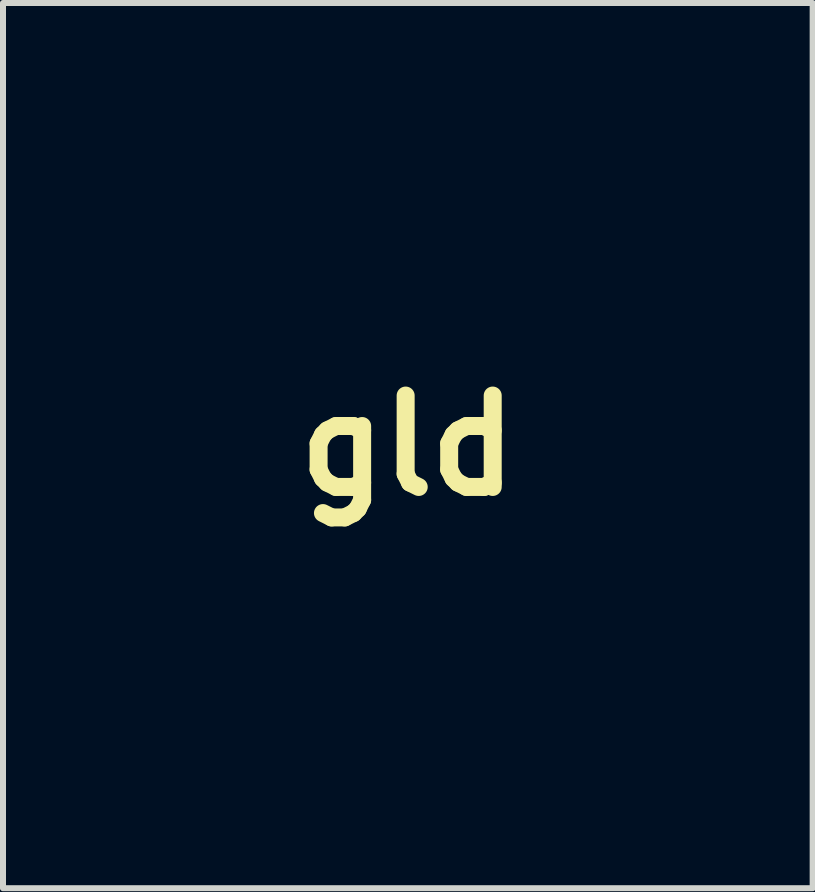
<source format=kicad_pcb>
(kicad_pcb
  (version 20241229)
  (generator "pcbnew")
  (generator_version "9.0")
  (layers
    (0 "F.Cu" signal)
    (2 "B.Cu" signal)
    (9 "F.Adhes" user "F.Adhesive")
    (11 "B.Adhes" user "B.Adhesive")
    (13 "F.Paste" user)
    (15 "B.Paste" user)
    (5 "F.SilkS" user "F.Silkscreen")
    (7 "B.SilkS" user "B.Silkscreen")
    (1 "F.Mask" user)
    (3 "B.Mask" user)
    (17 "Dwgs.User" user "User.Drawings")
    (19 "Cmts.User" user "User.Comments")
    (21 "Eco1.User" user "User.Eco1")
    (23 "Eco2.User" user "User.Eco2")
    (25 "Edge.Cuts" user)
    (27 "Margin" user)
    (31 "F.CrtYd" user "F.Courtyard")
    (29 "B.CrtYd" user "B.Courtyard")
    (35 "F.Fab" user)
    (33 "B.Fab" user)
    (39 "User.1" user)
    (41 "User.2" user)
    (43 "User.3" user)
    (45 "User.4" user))
  (footprint "gld"
    (layer "F.Cu")
    (at 3.75 4.38)
    (property "Reference" "gld" (at 0 0 0) (layer "F.SilkS") (effects (font (size 1.524 1.524) (thickness 0.3))))
    (attr board_only exclude_from_pos_files exclude_from_bom)
    (fp_poly (pts (xy 0.31 -4.07) (xy 0.94 -4.07) (xy 0.94 -3.75) (xy 1.57 -3.75) (xy 1.57 -3.44) (xy 1.88 -3.44) (xy 1.88 -3.13) (xy 2.19 -3.13) (xy 2.19 -2.81) (xy 1.88 -2.81) (xy 1.88 -2.5) (xy 2.19 -2.5) (xy 2.19 -2.19) (xy 2.5 -2.19) (xy 2.5 -1.56) (xy 2.19 -1.56) (xy 2.19 -1.25) (xy 1.88 -1.25) (xy 1.88 -0.62) (xy 1.57 -0.62) (xy 1.57 -0.31) (xy 1.25 -0.31) (xy 1.25 0.31) (xy 1.87 0.31) (xy 1.87 0) (xy 2.179 0) (xy 2.185 -0.315) (xy 2.342 -0.318) (xy 2.5 -0.321) (xy 2.5 -0.475) (xy 2.5 -0.63) (xy 3.13 -0.63) (xy 3.13 -0.31) (xy 3.44 -0.31) (xy 3.44 0.62) (xy 3.75 0.62) (xy 3.75 1.88) (xy 3.44 1.88) (xy 3.44 2.82) (xy 3.131 2.82) (xy 3.125 3.125) (xy 2.973 3.128) (xy 2.82 3.131) (xy 2.818 3.598) (xy 2.815 4.065) (xy 2.658 4.068) (xy 2.5 4.071) (xy 2.5 4.38) (xy -3.75 4.38) (xy -3.75 3.75) (xy -3.44 3.75) (xy -3.44 3.43) (xy -3.13 3.43) (xy -3.13 3.12) (xy -2.82 3.12) (xy -2.82 1.571) (xy -3.125 1.565) (xy -3.131 1.25) (xy -3.44 1.25) (xy -3.44 -0.94) (xy -3.13 -0.94) (xy -3.128 -1.252) (xy -3.125 -1.565) (xy -2.973 -1.568) (xy -2.821 -1.571) (xy -2.818 -1.723) (xy -2.815 -1.875) (xy -2.5 -1.881) (xy -2.5 -2.5) (xy -2.19 -2.5) (xy -2.19 -2.821) (xy -1.875 -2.815) (xy -1.872 -2.348) (xy -1.87 -1.88) (xy -1.715 -1.88) (xy -1.56 -1.88) (xy -1.56 -2.19) (xy -1.25 -2.19) (xy -1.25 -2.5) (xy -1.403 -2.5) (xy -1.557 -2.5) (xy -1.563 -2.733) (xy -1.565 -2.805) (xy -1.567 -2.875) (xy -1.568 -2.94) (xy -1.569 -2.995) (xy -1.57 -3.037) (xy -1.57 -3.047) (xy -1.57 -3.13) (xy -1.25 -3.13) (xy -1.25 -3.44) (xy -0.94 -3.44) (xy -0.94 -4.07) (xy -0.63 -4.07) (xy -0.63 -4.38) (xy 0.31 -4.38)) (stroke (width 0) (type solid)) (fill yes) (layer "F.Mask")))
  (gr_rect
    (start -3 -3)
    (end 10.5 11.76)
    (stroke (width 0.1) (type default))
    (fill no)
    (layer "Edge.Cuts")))
</source>
